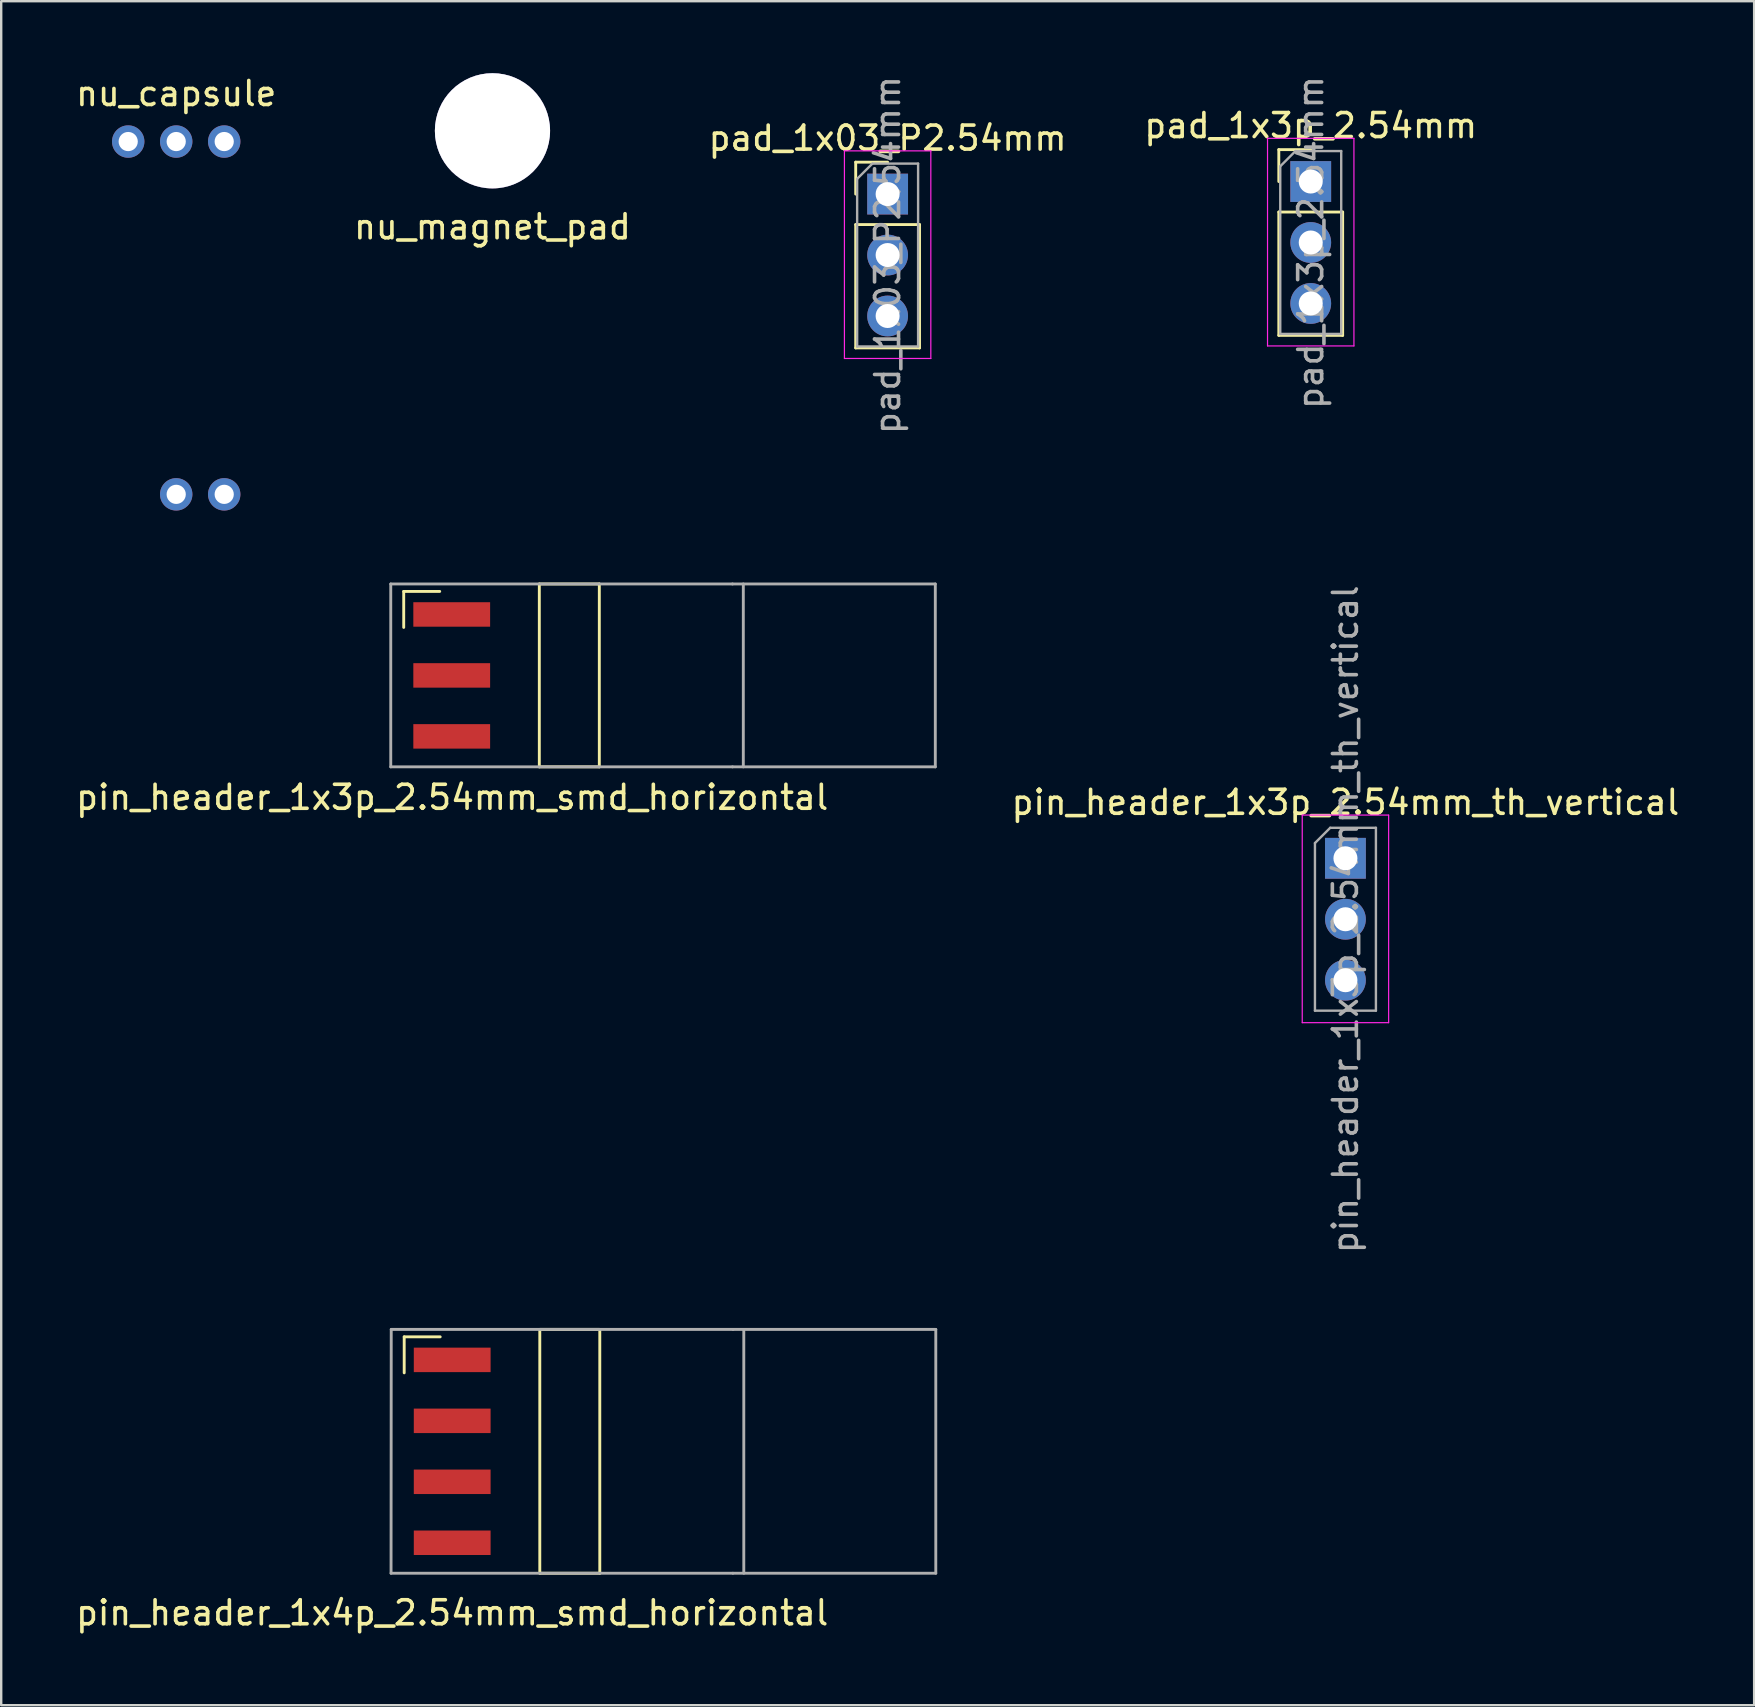
<source format=kicad_pcb>
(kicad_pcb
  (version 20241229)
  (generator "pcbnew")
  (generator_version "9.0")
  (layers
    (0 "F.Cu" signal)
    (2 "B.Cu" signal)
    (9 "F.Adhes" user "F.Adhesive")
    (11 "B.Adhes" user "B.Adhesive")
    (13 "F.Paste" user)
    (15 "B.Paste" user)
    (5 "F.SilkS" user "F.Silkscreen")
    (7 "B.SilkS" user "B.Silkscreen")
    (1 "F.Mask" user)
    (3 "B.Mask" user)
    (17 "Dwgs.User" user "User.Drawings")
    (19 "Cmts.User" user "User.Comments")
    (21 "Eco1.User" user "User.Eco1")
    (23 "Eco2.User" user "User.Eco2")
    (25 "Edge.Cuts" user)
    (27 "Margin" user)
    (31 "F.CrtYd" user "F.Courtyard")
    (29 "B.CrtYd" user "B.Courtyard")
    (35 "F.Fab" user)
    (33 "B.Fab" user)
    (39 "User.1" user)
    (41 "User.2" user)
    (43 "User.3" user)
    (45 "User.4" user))
  (footprint "pin_header_1x3p_2.54mm_th_vertical"
    (layer "F.Cu")
    (at 53.011 35.253)
    (property "Reference" "pin_header_1x3p_2.54mm_th_vertical" (at 0 -4.87 0) (layer "F.SilkS") (effects (font (size 1 1) (thickness 0.15))))
    (attr through_hole)
    (fp_line (start -1.8 -4.34) (end -1.8 4.31) (stroke (width 0.05) (type solid)) (layer "F.CrtYd"))
    (fp_line (start -1.8 4.31) (end 1.8 4.31) (stroke (width 0.05) (type solid)) (layer "F.CrtYd"))
    (fp_line (start 1.8 -4.34) (end -1.8 -4.34) (stroke (width 0.05) (type solid)) (layer "F.CrtYd"))
    (fp_line (start 1.8 4.31) (end 1.8 -4.34) (stroke (width 0.05) (type solid)) (layer "F.CrtYd"))
    (fp_line (start -1.27 -3.175) (end -0.635 -3.81) (stroke (width 0.1) (type solid)) (layer "F.Fab"))
    (fp_line (start -1.27 3.81) (end -1.27 -3.175) (stroke (width 0.1) (type solid)) (layer "F.Fab"))
    (fp_line (start -0.635 -3.81) (end 1.27 -3.81) (stroke (width 0.1) (type solid)) (layer "F.Fab"))
    (fp_line (start 1.27 -3.81) (end 1.27 3.81) (stroke (width 0.1) (type solid)) (layer "F.Fab"))
    (fp_line (start 1.27 3.81) (end -1.27 3.81) (stroke (width 0.1) (type solid)) (layer "F.Fab"))
    (fp_text user "${REFERENCE}" (at 0 0 90) (layer "F.Fab") (effects (font (size 1 1) (thickness 0.15))))
    (pad "1" thru_hole rect (at 0 -2.54) (size 1.7 1.7) (drill 1) (layers "*.Cu" "*.Mask"))
    (pad "2" thru_hole oval (at 0 0) (size 1.7 1.7) (drill 1) (layers "*.Cu" "*.Mask"))
    (pad "3" thru_hole oval (at 0 2.54) (size 1.7 1.7) (drill 1) (layers "*.Cu" "*.Mask")))
  (footprint "nu_magnet_pad"
    (layer "F.Cu")
    (at 17.47 2.4)
    (property "Reference" "nu_magnet_pad" (at 0 4 0) (layer "F.SilkS") (effects (font (size 1 1) (thickness 0.15))))
    (attr through_hole)
    (pad "1" thru_hole circle (at 0 0) (size 4.8 4.8) (drill 4.8) (layers "*.Cu" "*.Mask")))
  (footprint "nu_capsule"
    (layer "F.Cu")
    (at 2.292 2.848)
    (property "Reference" "nu_capsule" (at 2 -2 0) (unlocked yes) (layer "F.SilkS") (effects (font (size 1 1) (thickness 0.15))))
    (attr through_hole)
    (pad "1" thru_hole circle (at 4 0) (size 1.35 1.35) (drill 0.8) (layers "*.Cu" "*.Mask"))
    (pad "2" thru_hole circle (at 0 0) (size 1.35 1.35) (drill 0.8) (layers "*.Cu" "*.Mask"))
    (pad "2" thru_hole circle (at 2 0) (size 1.35 1.35) (drill 0.8) (layers "*.Cu" "*.Mask"))
    (pad "2" thru_hole circle (at 4 14.7) (size 1.35 1.35) (drill 0.8) (layers "*.Cu" "*.Mask"))
    (pad "3" thru_hole circle (at 2 14.7) (size 1.35 1.35) (drill 0.8) (layers "*.Cu" "*.Mask")))
  (footprint "pin_header_1x4p_2.54mm_smd_horizontal"
    (layer "F.Cu")
    (at 15.792 53.613)
    (property "Reference" "pin_header_1x4p_2.54mm_smd_horizontal" (at 0 10.54 0) (layer "F.SilkS") (effects (font (size 1 1) (thickness 0.15))))
    (attr through_hole)
    (fp_line (start -2 -0.96) (end -0.5 -0.96) (stroke (width 0.12) (type solid)) (layer "F.SilkS"))
    (fp_line (start -2 0.54) (end -2 -0.96) (stroke (width 0.12) (type solid)) (layer "F.SilkS"))
    (fp_line (start 3.65 -1.27) (end 3.65 8.89) (stroke (width 0.12) (type solid)) (layer "F.SilkS"))
    (fp_line (start 3.65 -1.27) (end 6.15 -1.27) (stroke (width 0.12) (type solid)) (layer "F.SilkS"))
    (fp_line (start 3.65 8.89) (end 6.15 8.89) (stroke (width 0.12) (type solid)) (layer "F.SilkS"))
    (fp_line (start 6.15 -1.27) (end 6.15 8.89) (stroke (width 0.12) (type solid)) (layer "F.SilkS"))
    (fp_line (start -2.548 8.89) (end -2.54 -1.27) (stroke (width 0.12) (type solid)) (layer "F.Fab"))
    (fp_line (start -2.54 -1.27) (end 11.7 -1.27) (stroke (width 0.12) (type solid)) (layer "F.Fab"))
    (fp_line (start 11.692 8.89) (end -2.548 8.89) (stroke (width 0.12) (type solid)) (layer "F.Fab"))
    (fp_line (start 12.15 -1.27) (end 12.15 8.89) (stroke (width 0.12) (type solid)) (layer "F.Fab"))
    (fp_line (start 20.15 -1.27) (end 11.7 -1.27) (stroke (width 0.12) (type solid)) (layer "F.Fab"))
    (fp_line (start 20.15 -1.27) (end 20.15 8.89) (stroke (width 0.12) (type solid)) (layer "F.Fab"))
    (fp_line (start 20.15 8.89) (end 11.7 8.89) (stroke (width 0.12) (type solid)) (layer "F.Fab"))
    (pad "1" smd rect (at 0 0) (size 3.2 1.02) (layers "F.Cu" "F.Mask" "F.Paste"))
    (pad "2" smd rect (at 0 2.54) (size 3.2 1.02) (layers "F.Cu" "F.Mask" "F.Paste"))
    (pad "3" smd rect (at 0 5.08) (size 3.2 1.02) (layers "F.Cu" "F.Mask" "F.Paste"))
    (pad "4" smd rect (at 0 7.62) (size 3.2 1.02) (layers "F.Cu" "F.Mask" "F.Paste")))
  (footprint "pad_1x03_P2.54mm"
    (layer "F.Cu")
    (at 33.935 5.037)
    (property "Reference" "pad_1x03_P2.54mm" (at 0 -2.33 0) (layer "F.SilkS") (effects (font (size 1 1) (thickness 0.15))))
    (attr through_hole)
    (fp_line (start -1.33 -1.33) (end 0 -1.33) (stroke (width 0.12) (type solid)) (layer "F.SilkS"))
    (fp_line (start -1.33 0) (end -1.33 -1.33) (stroke (width 0.12) (type solid)) (layer "F.SilkS"))
    (fp_line (start -1.33 1.27) (end -1.33 6.41) (stroke (width 0.12) (type solid)) (layer "F.SilkS"))
    (fp_line (start -1.33 1.27) (end 1.33 1.27) (stroke (width 0.12) (type solid)) (layer "F.SilkS"))
    (fp_line (start -1.33 6.41) (end 1.33 6.41) (stroke (width 0.12) (type solid)) (layer "F.SilkS"))
    (fp_line (start 1.33 1.27) (end 1.33 6.41) (stroke (width 0.12) (type solid)) (layer "F.SilkS"))
    (fp_line (start -1.8 -1.8) (end -1.8 6.85) (stroke (width 0.05) (type solid)) (layer "F.CrtYd"))
    (fp_line (start -1.8 6.85) (end 1.8 6.85) (stroke (width 0.05) (type solid)) (layer "F.CrtYd"))
    (fp_line (start 1.8 -1.8) (end -1.8 -1.8) (stroke (width 0.05) (type solid)) (layer "F.CrtYd"))
    (fp_line (start 1.8 6.85) (end 1.8 -1.8) (stroke (width 0.05) (type solid)) (layer "F.CrtYd"))
    (fp_line (start -1.27 -0.635) (end -0.635 -1.27) (stroke (width 0.1) (type solid)) (layer "F.Fab"))
    (fp_line (start -1.27 6.35) (end -1.27 -0.635) (stroke (width 0.1) (type solid)) (layer "F.Fab"))
    (fp_line (start -0.635 -1.27) (end 1.27 -1.27) (stroke (width 0.1) (type solid)) (layer "F.Fab"))
    (fp_line (start 1.27 -1.27) (end 1.27 6.35) (stroke (width 0.1) (type solid)) (layer "F.Fab"))
    (fp_line (start 1.27 6.35) (end -1.27 6.35) (stroke (width 0.1) (type solid)) (layer "F.Fab"))
    (fp_text user "${REFERENCE}" (at 0 2.54 90) (layer "F.Fab") (effects (font (size 1 1) (thickness 0.15))))
    (pad "1" thru_hole rect (at 0 0) (size 1.7 1.7) (drill 1) (layers "*.Cu" "*.Mask"))
    (pad "2" thru_hole oval (at 0 2.54) (size 1.7 1.7) (drill 1) (layers "*.Cu" "*.Mask"))
    (pad "3" thru_hole oval (at 0 5.08) (size 1.7 1.7) (drill 1) (layers "*.Cu" "*.Mask")))
  (footprint "pad_1x3p_2.54mm"
    (layer "F.Cu")
    (at 51.565 4.514)
    (property "Reference" "pad_1x3p_2.54mm" (at 0 -2.33 0) (layer "F.SilkS") (effects (font (size 1 1) (thickness 0.15))))
    (attr through_hole)
    (fp_line (start -1.33 -1.33) (end 0 -1.33) (stroke (width 0.12) (type solid)) (layer "F.SilkS"))
    (fp_line (start -1.33 0) (end -1.33 -1.33) (stroke (width 0.12) (type solid)) (layer "F.SilkS"))
    (fp_line (start -1.33 1.27) (end -1.33 6.41) (stroke (width 0.12) (type solid)) (layer "F.SilkS"))
    (fp_line (start -1.33 1.27) (end 1.33 1.27) (stroke (width 0.12) (type solid)) (layer "F.SilkS"))
    (fp_line (start -1.33 6.41) (end 1.33 6.41) (stroke (width 0.12) (type solid)) (layer "F.SilkS"))
    (fp_line (start 1.33 1.27) (end 1.33 6.41) (stroke (width 0.12) (type solid)) (layer "F.SilkS"))
    (fp_line (start -1.8 -1.8) (end -1.8 6.85) (stroke (width 0.05) (type solid)) (layer "F.CrtYd"))
    (fp_line (start -1.8 6.85) (end 1.8 6.85) (stroke (width 0.05) (type solid)) (layer "F.CrtYd"))
    (fp_line (start 1.8 -1.8) (end -1.8 -1.8) (stroke (width 0.05) (type solid)) (layer "F.CrtYd"))
    (fp_line (start 1.8 6.85) (end 1.8 -1.8) (stroke (width 0.05) (type solid)) (layer "F.CrtYd"))
    (fp_line (start -1.27 -0.635) (end -0.635 -1.27) (stroke (width 0.1) (type solid)) (layer "F.Fab"))
    (fp_line (start -1.27 6.35) (end -1.27 -0.635) (stroke (width 0.1) (type solid)) (layer "F.Fab"))
    (fp_line (start -0.635 -1.27) (end 1.27 -1.27) (stroke (width 0.1) (type solid)) (layer "F.Fab"))
    (fp_line (start 1.27 -1.27) (end 1.27 6.35) (stroke (width 0.1) (type solid)) (layer "F.Fab"))
    (fp_line (start 1.27 6.35) (end -1.27 6.35) (stroke (width 0.1) (type solid)) (layer "F.Fab"))
    (fp_text user "${REFERENCE}" (at 0 2.54 90) (layer "F.Fab") (effects (font (size 1 1) (thickness 0.15))))
    (pad "1" thru_hole rect (at 0 0) (size 1.7 1.7) (drill 1) (layers "*.Cu" "*.Mask"))
    (pad "2" thru_hole oval (at 0 2.54) (size 1.7 1.7) (drill 1) (layers "*.Cu" "*.Mask"))
    (pad "3" thru_hole oval (at 0 5.08) (size 1.7 1.7) (drill 1) (layers "*.Cu" "*.Mask")))
  (footprint "pin_header_1x3p_2.54mm_smd_horizontal"
    (layer "F.Cu")
    (at 15.772 25.093)
    (property "Reference" "pin_header_1x3p_2.54mm_smd_horizontal" (at 0.02 5.08 0) (layer "F.SilkS") (effects (font (size 1 1) (thickness 0.15))))
    (attr through_hole)
    (fp_line (start -2 -3.5) (end -0.5 -3.5) (stroke (width 0.12) (type solid)) (layer "F.SilkS"))
    (fp_line (start -2 -2) (end -2 -3.5) (stroke (width 0.12) (type solid)) (layer "F.SilkS"))
    (fp_line (start 3.65 -3.81) (end 3.65 3.81) (stroke (width 0.12) (type solid)) (layer "F.SilkS"))
    (fp_line (start 3.65 -3.81) (end 6.15 -3.81) (stroke (width 0.12) (type solid)) (layer "F.SilkS"))
    (fp_line (start 3.65 3.81) (end 6.15 3.81) (stroke (width 0.12) (type solid)) (layer "F.SilkS"))
    (fp_line (start 6.15 -3.81) (end 6.15 3.81) (stroke (width 0.12) (type solid)) (layer "F.SilkS"))
    (fp_line (start -2.54 -3.81) (end 11.7 -3.81) (stroke (width 0.12) (type solid)) (layer "F.Fab"))
    (fp_line (start -2.54 3.81) (end -2.54 -3.81) (stroke (width 0.12) (type solid)) (layer "F.Fab"))
    (fp_line (start 11.7 3.81) (end -2.54 3.81) (stroke (width 0.12) (type solid)) (layer "F.Fab"))
    (fp_line (start 12.15 -3.81) (end 12.15 3.81) (stroke (width 0.12) (type solid)) (layer "F.Fab"))
    (fp_line (start 20.15 -3.81) (end 11.7 -3.81) (stroke (width 0.12) (type solid)) (layer "F.Fab"))
    (fp_line (start 20.15 -3.81) (end 20.15 3.81) (stroke (width 0.12) (type solid)) (layer "F.Fab"))
    (fp_line (start 20.15 3.81) (end 11.7 3.81) (stroke (width 0.12) (type solid)) (layer "F.Fab"))
    (pad "1" smd rect (at 0 -2.54) (size 3.2 1.02) (layers "F.Cu" "F.Mask" "F.Paste"))
    (pad "2" smd rect (at 0 0) (size 3.2 1.02) (layers "F.Cu" "F.Mask" "F.Paste"))
    (pad "3" smd rect (at 0 2.54) (size 3.2 1.02) (layers "F.Cu" "F.Mask" "F.Paste")))
  (gr_rect
    (start -3 -3)
    (end 70.041 68.001)
    (stroke (width 0.1) (type default))
    (fill no)
    (layer "Edge.Cuts")))
</source>
